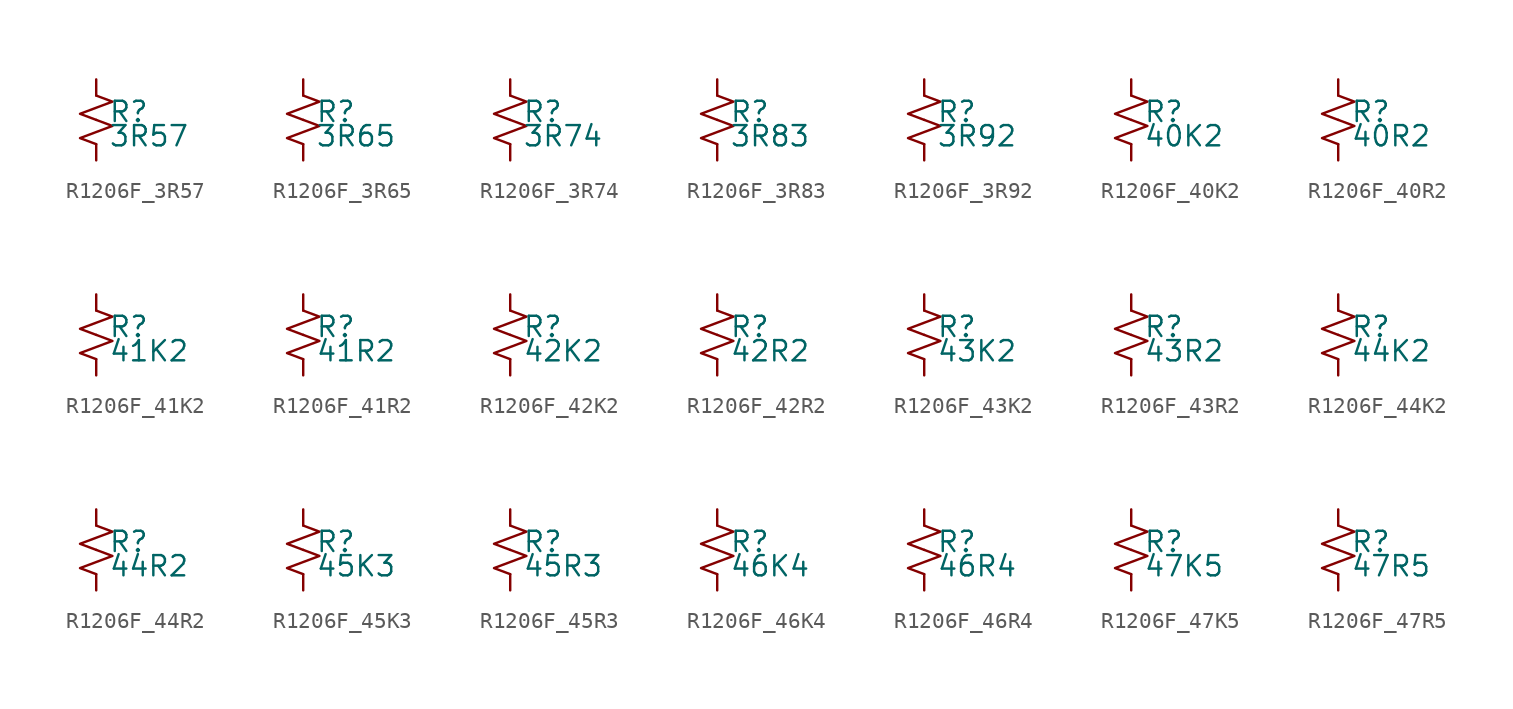
<source format=kicad_sym>
(kicad_symbol_lib
  (version 20220914)
  (generator kicad_symbol_editor)
  (symbol "R1206F_3R57"
    (pin_numbers hide)
    (pin_names
      (offset 0.254) hide)
    (property "Reference" "R"
      (at 0.762 0.508 0)
      (effects (font (size 1.27 1.27)) (justify left)))
    (property "Value" "3R57"
      (at 0.762 -1.016 0)
      (effects (font (size 1.27 1.27)) (justify left)))
    (symbol "R1206F_3R57_1_1"
      (polyline (pts (xy 0 0) (xy 1.016 -0.381) (xy 0 -0.762) (xy -1.016 -1.143) (xy 0 -1.524)) (stroke (width 0) (type default)) (fill (type none)))
      (polyline (pts (xy 0 1.524) (xy 1.016 1.143) (xy 0 0.762) (xy -1.016 0.381) (xy 0 0)) (stroke (width 0) (type default)) (fill (type none)))
      (pin passive line (at 0 2.54 270) (length 1.016) (name "~" (effects (font (size 1.27 1.27)))) (number "1" (effects (font (size 1.27 1.27)))))
      (pin passive line (at 0 -2.54 90) (length 1.016) (name "~" (effects (font (size 1.27 1.27)))) (number "2" (effects (font (size 1.27 1.27)))))))
  (symbol "R1206F_3R65"
    (pin_numbers hide)
    (pin_names
      (offset 0.254) hide)
    (property "Reference" "R"
      (at 0.762 0.508 0)
      (effects (font (size 1.27 1.27)) (justify left)))
    (property "Value" "3R65"
      (at 0.762 -1.016 0)
      (effects (font (size 1.27 1.27)) (justify left)))
    (symbol "R1206F_3R65_1_1"
      (polyline (pts (xy 0 0) (xy 1.016 -0.381) (xy 0 -0.762) (xy -1.016 -1.143) (xy 0 -1.524)) (stroke (width 0) (type default)) (fill (type none)))
      (polyline (pts (xy 0 1.524) (xy 1.016 1.143) (xy 0 0.762) (xy -1.016 0.381) (xy 0 0)) (stroke (width 0) (type default)) (fill (type none)))
      (pin passive line (at 0 2.54 270) (length 1.016) (name "~" (effects (font (size 1.27 1.27)))) (number "1" (effects (font (size 1.27 1.27)))))
      (pin passive line (at 0 -2.54 90) (length 1.016) (name "~" (effects (font (size 1.27 1.27)))) (number "2" (effects (font (size 1.27 1.27)))))))
  (symbol "R1206F_3R74"
    (pin_numbers hide)
    (pin_names
      (offset 0.254) hide)
    (property "Reference" "R"
      (at 0.762 0.508 0)
      (effects (font (size 1.27 1.27)) (justify left)))
    (property "Value" "3R74"
      (at 0.762 -1.016 0)
      (effects (font (size 1.27 1.27)) (justify left)))
    (symbol "R1206F_3R74_1_1"
      (polyline (pts (xy 0 0) (xy 1.016 -0.381) (xy 0 -0.762) (xy -1.016 -1.143) (xy 0 -1.524)) (stroke (width 0) (type default)) (fill (type none)))
      (polyline (pts (xy 0 1.524) (xy 1.016 1.143) (xy 0 0.762) (xy -1.016 0.381) (xy 0 0)) (stroke (width 0) (type default)) (fill (type none)))
      (pin passive line (at 0 2.54 270) (length 1.016) (name "~" (effects (font (size 1.27 1.27)))) (number "1" (effects (font (size 1.27 1.27)))))
      (pin passive line (at 0 -2.54 90) (length 1.016) (name "~" (effects (font (size 1.27 1.27)))) (number "2" (effects (font (size 1.27 1.27)))))))
  (symbol "R1206F_3R83"
    (pin_numbers hide)
    (pin_names
      (offset 0.254) hide)
    (property "Reference" "R"
      (at 0.762 0.508 0)
      (effects (font (size 1.27 1.27)) (justify left)))
    (property "Value" "3R83"
      (at 0.762 -1.016 0)
      (effects (font (size 1.27 1.27)) (justify left)))
    (symbol "R1206F_3R83_1_1"
      (polyline (pts (xy 0 0) (xy 1.016 -0.381) (xy 0 -0.762) (xy -1.016 -1.143) (xy 0 -1.524)) (stroke (width 0) (type default)) (fill (type none)))
      (polyline (pts (xy 0 1.524) (xy 1.016 1.143) (xy 0 0.762) (xy -1.016 0.381) (xy 0 0)) (stroke (width 0) (type default)) (fill (type none)))
      (pin passive line (at 0 2.54 270) (length 1.016) (name "~" (effects (font (size 1.27 1.27)))) (number "1" (effects (font (size 1.27 1.27)))))
      (pin passive line (at 0 -2.54 90) (length 1.016) (name "~" (effects (font (size 1.27 1.27)))) (number "2" (effects (font (size 1.27 1.27)))))))
  (symbol "R1206F_3R92"
    (pin_numbers hide)
    (pin_names
      (offset 0.254) hide)
    (property "Reference" "R"
      (at 0.762 0.508 0)
      (effects (font (size 1.27 1.27)) (justify left)))
    (property "Value" "3R92"
      (at 0.762 -1.016 0)
      (effects (font (size 1.27 1.27)) (justify left)))
    (symbol "R1206F_3R92_1_1"
      (polyline (pts (xy 0 0) (xy 1.016 -0.381) (xy 0 -0.762) (xy -1.016 -1.143) (xy 0 -1.524)) (stroke (width 0) (type default)) (fill (type none)))
      (polyline (pts (xy 0 1.524) (xy 1.016 1.143) (xy 0 0.762) (xy -1.016 0.381) (xy 0 0)) (stroke (width 0) (type default)) (fill (type none)))
      (pin passive line (at 0 2.54 270) (length 1.016) (name "~" (effects (font (size 1.27 1.27)))) (number "1" (effects (font (size 1.27 1.27)))))
      (pin passive line (at 0 -2.54 90) (length 1.016) (name "~" (effects (font (size 1.27 1.27)))) (number "2" (effects (font (size 1.27 1.27)))))))
  (symbol "R1206F_40K2"
    (pin_numbers hide)
    (pin_names
      (offset 0.254) hide)
    (property "Reference" "R"
      (at 0.762 0.508 0)
      (effects (font (size 1.27 1.27)) (justify left)))
    (property "Value" "40K2"
      (at 0.762 -1.016 0)
      (effects (font (size 1.27 1.27)) (justify left)))
    (symbol "R1206F_40K2_1_1"
      (polyline (pts (xy 0 0) (xy 1.016 -0.381) (xy 0 -0.762) (xy -1.016 -1.143) (xy 0 -1.524)) (stroke (width 0) (type default)) (fill (type none)))
      (polyline (pts (xy 0 1.524) (xy 1.016 1.143) (xy 0 0.762) (xy -1.016 0.381) (xy 0 0)) (stroke (width 0) (type default)) (fill (type none)))
      (pin passive line (at 0 2.54 270) (length 1.016) (name "~" (effects (font (size 1.27 1.27)))) (number "1" (effects (font (size 1.27 1.27)))))
      (pin passive line (at 0 -2.54 90) (length 1.016) (name "~" (effects (font (size 1.27 1.27)))) (number "2" (effects (font (size 1.27 1.27)))))))
  (symbol "R1206F_40R2"
    (pin_numbers hide)
    (pin_names
      (offset 0.254) hide)
    (property "Reference" "R"
      (at 0.762 0.508 0)
      (effects (font (size 1.27 1.27)) (justify left)))
    (property "Value" "40R2"
      (at 0.762 -1.016 0)
      (effects (font (size 1.27 1.27)) (justify left)))
    (symbol "R1206F_40R2_1_1"
      (polyline (pts (xy 0 0) (xy 1.016 -0.381) (xy 0 -0.762) (xy -1.016 -1.143) (xy 0 -1.524)) (stroke (width 0) (type default)) (fill (type none)))
      (polyline (pts (xy 0 1.524) (xy 1.016 1.143) (xy 0 0.762) (xy -1.016 0.381) (xy 0 0)) (stroke (width 0) (type default)) (fill (type none)))
      (pin passive line (at 0 2.54 270) (length 1.016) (name "~" (effects (font (size 1.27 1.27)))) (number "1" (effects (font (size 1.27 1.27)))))
      (pin passive line (at 0 -2.54 90) (length 1.016) (name "~" (effects (font (size 1.27 1.27)))) (number "2" (effects (font (size 1.27 1.27)))))))
  (symbol "R1206F_41K2"
    (pin_numbers hide)
    (pin_names
      (offset 0.254) hide)
    (property "Reference" "R"
      (at 0.762 0.508 0)
      (effects (font (size 1.27 1.27)) (justify left)))
    (property "Value" "41K2"
      (at 0.762 -1.016 0)
      (effects (font (size 1.27 1.27)) (justify left)))
    (symbol "R1206F_41K2_1_1"
      (polyline (pts (xy 0 0) (xy 1.016 -0.381) (xy 0 -0.762) (xy -1.016 -1.143) (xy 0 -1.524)) (stroke (width 0) (type default)) (fill (type none)))
      (polyline (pts (xy 0 1.524) (xy 1.016 1.143) (xy 0 0.762) (xy -1.016 0.381) (xy 0 0)) (stroke (width 0) (type default)) (fill (type none)))
      (pin passive line (at 0 2.54 270) (length 1.016) (name "~" (effects (font (size 1.27 1.27)))) (number "1" (effects (font (size 1.27 1.27)))))
      (pin passive line (at 0 -2.54 90) (length 1.016) (name "~" (effects (font (size 1.27 1.27)))) (number "2" (effects (font (size 1.27 1.27)))))))
  (symbol "R1206F_41R2"
    (pin_numbers hide)
    (pin_names
      (offset 0.254) hide)
    (property "Reference" "R"
      (at 0.762 0.508 0)
      (effects (font (size 1.27 1.27)) (justify left)))
    (property "Value" "41R2"
      (at 0.762 -1.016 0)
      (effects (font (size 1.27 1.27)) (justify left)))
    (symbol "R1206F_41R2_1_1"
      (polyline (pts (xy 0 0) (xy 1.016 -0.381) (xy 0 -0.762) (xy -1.016 -1.143) (xy 0 -1.524)) (stroke (width 0) (type default)) (fill (type none)))
      (polyline (pts (xy 0 1.524) (xy 1.016 1.143) (xy 0 0.762) (xy -1.016 0.381) (xy 0 0)) (stroke (width 0) (type default)) (fill (type none)))
      (pin passive line (at 0 2.54 270) (length 1.016) (name "~" (effects (font (size 1.27 1.27)))) (number "1" (effects (font (size 1.27 1.27)))))
      (pin passive line (at 0 -2.54 90) (length 1.016) (name "~" (effects (font (size 1.27 1.27)))) (number "2" (effects (font (size 1.27 1.27)))))))
  (symbol "R1206F_42K2"
    (pin_numbers hide)
    (pin_names
      (offset 0.254) hide)
    (property "Reference" "R"
      (at 0.762 0.508 0)
      (effects (font (size 1.27 1.27)) (justify left)))
    (property "Value" "42K2"
      (at 0.762 -1.016 0)
      (effects (font (size 1.27 1.27)) (justify left)))
    (symbol "R1206F_42K2_1_1"
      (polyline (pts (xy 0 0) (xy 1.016 -0.381) (xy 0 -0.762) (xy -1.016 -1.143) (xy 0 -1.524)) (stroke (width 0) (type default)) (fill (type none)))
      (polyline (pts (xy 0 1.524) (xy 1.016 1.143) (xy 0 0.762) (xy -1.016 0.381) (xy 0 0)) (stroke (width 0) (type default)) (fill (type none)))
      (pin passive line (at 0 2.54 270) (length 1.016) (name "~" (effects (font (size 1.27 1.27)))) (number "1" (effects (font (size 1.27 1.27)))))
      (pin passive line (at 0 -2.54 90) (length 1.016) (name "~" (effects (font (size 1.27 1.27)))) (number "2" (effects (font (size 1.27 1.27)))))))
  (symbol "R1206F_42R2"
    (pin_numbers hide)
    (pin_names
      (offset 0.254) hide)
    (property "Reference" "R"
      (at 0.762 0.508 0)
      (effects (font (size 1.27 1.27)) (justify left)))
    (property "Value" "42R2"
      (at 0.762 -1.016 0)
      (effects (font (size 1.27 1.27)) (justify left)))
    (symbol "R1206F_42R2_1_1"
      (polyline (pts (xy 0 0) (xy 1.016 -0.381) (xy 0 -0.762) (xy -1.016 -1.143) (xy 0 -1.524)) (stroke (width 0) (type default)) (fill (type none)))
      (polyline (pts (xy 0 1.524) (xy 1.016 1.143) (xy 0 0.762) (xy -1.016 0.381) (xy 0 0)) (stroke (width 0) (type default)) (fill (type none)))
      (pin passive line (at 0 2.54 270) (length 1.016) (name "~" (effects (font (size 1.27 1.27)))) (number "1" (effects (font (size 1.27 1.27)))))
      (pin passive line (at 0 -2.54 90) (length 1.016) (name "~" (effects (font (size 1.27 1.27)))) (number "2" (effects (font (size 1.27 1.27)))))))
  (symbol "R1206F_43K2"
    (pin_numbers hide)
    (pin_names
      (offset 0.254) hide)
    (property "Reference" "R"
      (at 0.762 0.508 0)
      (effects (font (size 1.27 1.27)) (justify left)))
    (property "Value" "43K2"
      (at 0.762 -1.016 0)
      (effects (font (size 1.27 1.27)) (justify left)))
    (symbol "R1206F_43K2_1_1"
      (polyline (pts (xy 0 0) (xy 1.016 -0.381) (xy 0 -0.762) (xy -1.016 -1.143) (xy 0 -1.524)) (stroke (width 0) (type default)) (fill (type none)))
      (polyline (pts (xy 0 1.524) (xy 1.016 1.143) (xy 0 0.762) (xy -1.016 0.381) (xy 0 0)) (stroke (width 0) (type default)) (fill (type none)))
      (pin passive line (at 0 2.54 270) (length 1.016) (name "~" (effects (font (size 1.27 1.27)))) (number "1" (effects (font (size 1.27 1.27)))))
      (pin passive line (at 0 -2.54 90) (length 1.016) (name "~" (effects (font (size 1.27 1.27)))) (number "2" (effects (font (size 1.27 1.27)))))))
  (symbol "R1206F_43R2"
    (pin_numbers hide)
    (pin_names
      (offset 0.254) hide)
    (property "Reference" "R"
      (at 0.762 0.508 0)
      (effects (font (size 1.27 1.27)) (justify left)))
    (property "Value" "43R2"
      (at 0.762 -1.016 0)
      (effects (font (size 1.27 1.27)) (justify left)))
    (symbol "R1206F_43R2_1_1"
      (polyline (pts (xy 0 0) (xy 1.016 -0.381) (xy 0 -0.762) (xy -1.016 -1.143) (xy 0 -1.524)) (stroke (width 0) (type default)) (fill (type none)))
      (polyline (pts (xy 0 1.524) (xy 1.016 1.143) (xy 0 0.762) (xy -1.016 0.381) (xy 0 0)) (stroke (width 0) (type default)) (fill (type none)))
      (pin passive line (at 0 2.54 270) (length 1.016) (name "~" (effects (font (size 1.27 1.27)))) (number "1" (effects (font (size 1.27 1.27)))))
      (pin passive line (at 0 -2.54 90) (length 1.016) (name "~" (effects (font (size 1.27 1.27)))) (number "2" (effects (font (size 1.27 1.27)))))))
  (symbol "R1206F_44K2"
    (pin_numbers hide)
    (pin_names
      (offset 0.254) hide)
    (property "Reference" "R"
      (at 0.762 0.508 0)
      (effects (font (size 1.27 1.27)) (justify left)))
    (property "Value" "44K2"
      (at 0.762 -1.016 0)
      (effects (font (size 1.27 1.27)) (justify left)))
    (symbol "R1206F_44K2_1_1"
      (polyline (pts (xy 0 0) (xy 1.016 -0.381) (xy 0 -0.762) (xy -1.016 -1.143) (xy 0 -1.524)) (stroke (width 0) (type default)) (fill (type none)))
      (polyline (pts (xy 0 1.524) (xy 1.016 1.143) (xy 0 0.762) (xy -1.016 0.381) (xy 0 0)) (stroke (width 0) (type default)) (fill (type none)))
      (pin passive line (at 0 2.54 270) (length 1.016) (name "~" (effects (font (size 1.27 1.27)))) (number "1" (effects (font (size 1.27 1.27)))))
      (pin passive line (at 0 -2.54 90) (length 1.016) (name "~" (effects (font (size 1.27 1.27)))) (number "2" (effects (font (size 1.27 1.27)))))))
  (symbol "R1206F_44R2"
    (pin_numbers hide)
    (pin_names
      (offset 0.254) hide)
    (property "Reference" "R"
      (at 0.762 0.508 0)
      (effects (font (size 1.27 1.27)) (justify left)))
    (property "Value" "44R2"
      (at 0.762 -1.016 0)
      (effects (font (size 1.27 1.27)) (justify left)))
    (symbol "R1206F_44R2_1_1"
      (polyline (pts (xy 0 0) (xy 1.016 -0.381) (xy 0 -0.762) (xy -1.016 -1.143) (xy 0 -1.524)) (stroke (width 0) (type default)) (fill (type none)))
      (polyline (pts (xy 0 1.524) (xy 1.016 1.143) (xy 0 0.762) (xy -1.016 0.381) (xy 0 0)) (stroke (width 0) (type default)) (fill (type none)))
      (pin passive line (at 0 2.54 270) (length 1.016) (name "~" (effects (font (size 1.27 1.27)))) (number "1" (effects (font (size 1.27 1.27)))))
      (pin passive line (at 0 -2.54 90) (length 1.016) (name "~" (effects (font (size 1.27 1.27)))) (number "2" (effects (font (size 1.27 1.27)))))))
  (symbol "R1206F_45K3"
    (pin_numbers hide)
    (pin_names
      (offset 0.254) hide)
    (property "Reference" "R"
      (at 0.762 0.508 0)
      (effects (font (size 1.27 1.27)) (justify left)))
    (property "Value" "45K3"
      (at 0.762 -1.016 0)
      (effects (font (size 1.27 1.27)) (justify left)))
    (symbol "R1206F_45K3_1_1"
      (polyline (pts (xy 0 0) (xy 1.016 -0.381) (xy 0 -0.762) (xy -1.016 -1.143) (xy 0 -1.524)) (stroke (width 0) (type default)) (fill (type none)))
      (polyline (pts (xy 0 1.524) (xy 1.016 1.143) (xy 0 0.762) (xy -1.016 0.381) (xy 0 0)) (stroke (width 0) (type default)) (fill (type none)))
      (pin passive line (at 0 2.54 270) (length 1.016) (name "~" (effects (font (size 1.27 1.27)))) (number "1" (effects (font (size 1.27 1.27)))))
      (pin passive line (at 0 -2.54 90) (length 1.016) (name "~" (effects (font (size 1.27 1.27)))) (number "2" (effects (font (size 1.27 1.27)))))))
  (symbol "R1206F_45R3"
    (pin_numbers hide)
    (pin_names
      (offset 0.254) hide)
    (property "Reference" "R"
      (at 0.762 0.508 0)
      (effects (font (size 1.27 1.27)) (justify left)))
    (property "Value" "45R3"
      (at 0.762 -1.016 0)
      (effects (font (size 1.27 1.27)) (justify left)))
    (symbol "R1206F_45R3_1_1"
      (polyline (pts (xy 0 0) (xy 1.016 -0.381) (xy 0 -0.762) (xy -1.016 -1.143) (xy 0 -1.524)) (stroke (width 0) (type default)) (fill (type none)))
      (polyline (pts (xy 0 1.524) (xy 1.016 1.143) (xy 0 0.762) (xy -1.016 0.381) (xy 0 0)) (stroke (width 0) (type default)) (fill (type none)))
      (pin passive line (at 0 2.54 270) (length 1.016) (name "~" (effects (font (size 1.27 1.27)))) (number "1" (effects (font (size 1.27 1.27)))))
      (pin passive line (at 0 -2.54 90) (length 1.016) (name "~" (effects (font (size 1.27 1.27)))) (number "2" (effects (font (size 1.27 1.27)))))))
  (symbol "R1206F_46K4"
    (pin_numbers hide)
    (pin_names
      (offset 0.254) hide)
    (property "Reference" "R"
      (at 0.762 0.508 0)
      (effects (font (size 1.27 1.27)) (justify left)))
    (property "Value" "46K4"
      (at 0.762 -1.016 0)
      (effects (font (size 1.27 1.27)) (justify left)))
    (symbol "R1206F_46K4_1_1"
      (polyline (pts (xy 0 0) (xy 1.016 -0.381) (xy 0 -0.762) (xy -1.016 -1.143) (xy 0 -1.524)) (stroke (width 0) (type default)) (fill (type none)))
      (polyline (pts (xy 0 1.524) (xy 1.016 1.143) (xy 0 0.762) (xy -1.016 0.381) (xy 0 0)) (stroke (width 0) (type default)) (fill (type none)))
      (pin passive line (at 0 2.54 270) (length 1.016) (name "~" (effects (font (size 1.27 1.27)))) (number "1" (effects (font (size 1.27 1.27)))))
      (pin passive line (at 0 -2.54 90) (length 1.016) (name "~" (effects (font (size 1.27 1.27)))) (number "2" (effects (font (size 1.27 1.27)))))))
  (symbol "R1206F_46R4"
    (pin_numbers hide)
    (pin_names
      (offset 0.254) hide)
    (property "Reference" "R"
      (at 0.762 0.508 0)
      (effects (font (size 1.27 1.27)) (justify left)))
    (property "Value" "46R4"
      (at 0.762 -1.016 0)
      (effects (font (size 1.27 1.27)) (justify left)))
    (symbol "R1206F_46R4_1_1"
      (polyline (pts (xy 0 0) (xy 1.016 -0.381) (xy 0 -0.762) (xy -1.016 -1.143) (xy 0 -1.524)) (stroke (width 0) (type default)) (fill (type none)))
      (polyline (pts (xy 0 1.524) (xy 1.016 1.143) (xy 0 0.762) (xy -1.016 0.381) (xy 0 0)) (stroke (width 0) (type default)) (fill (type none)))
      (pin passive line (at 0 2.54 270) (length 1.016) (name "~" (effects (font (size 1.27 1.27)))) (number "1" (effects (font (size 1.27 1.27)))))
      (pin passive line (at 0 -2.54 90) (length 1.016) (name "~" (effects (font (size 1.27 1.27)))) (number "2" (effects (font (size 1.27 1.27)))))))
  (symbol "R1206F_47K5"
    (pin_numbers hide)
    (pin_names
      (offset 0.254) hide)
    (property "Reference" "R"
      (at 0.762 0.508 0)
      (effects (font (size 1.27 1.27)) (justify left)))
    (property "Value" "47K5"
      (at 0.762 -1.016 0)
      (effects (font (size 1.27 1.27)) (justify left)))
    (symbol "R1206F_47K5_1_1"
      (polyline (pts (xy 0 0) (xy 1.016 -0.381) (xy 0 -0.762) (xy -1.016 -1.143) (xy 0 -1.524)) (stroke (width 0) (type default)) (fill (type none)))
      (polyline (pts (xy 0 1.524) (xy 1.016 1.143) (xy 0 0.762) (xy -1.016 0.381) (xy 0 0)) (stroke (width 0) (type default)) (fill (type none)))
      (pin passive line (at 0 2.54 270) (length 1.016) (name "~" (effects (font (size 1.27 1.27)))) (number "1" (effects (font (size 1.27 1.27)))))
      (pin passive line (at 0 -2.54 90) (length 1.016) (name "~" (effects (font (size 1.27 1.27)))) (number "2" (effects (font (size 1.27 1.27)))))))
  (symbol "R1206F_47R5"
    (pin_numbers hide)
    (pin_names
      (offset 0.254) hide)
    (property "Reference" "R"
      (at 0.762 0.508 0)
      (effects (font (size 1.27 1.27)) (justify left)))
    (property "Value" "47R5"
      (at 0.762 -1.016 0)
      (effects (font (size 1.27 1.27)) (justify left)))
    (symbol "R1206F_47R5_1_1"
      (polyline (pts (xy 0 0) (xy 1.016 -0.381) (xy 0 -0.762) (xy -1.016 -1.143) (xy 0 -1.524)) (stroke (width 0) (type default)) (fill (type none)))
      (polyline (pts (xy 0 1.524) (xy 1.016 1.143) (xy 0 0.762) (xy -1.016 0.381) (xy 0 0)) (stroke (width 0) (type default)) (fill (type none)))
      (pin passive line (at 0 2.54 270) (length 1.016) (name "~" (effects (font (size 1.27 1.27)))) (number "1" (effects (font (size 1.27 1.27)))))
      (pin passive line (at 0 -2.54 90) (length 1.016) (name "~" (effects (font (size 1.27 1.27)))) (number "2" (effects (font (size 1.27 1.27))))))))
</source>
